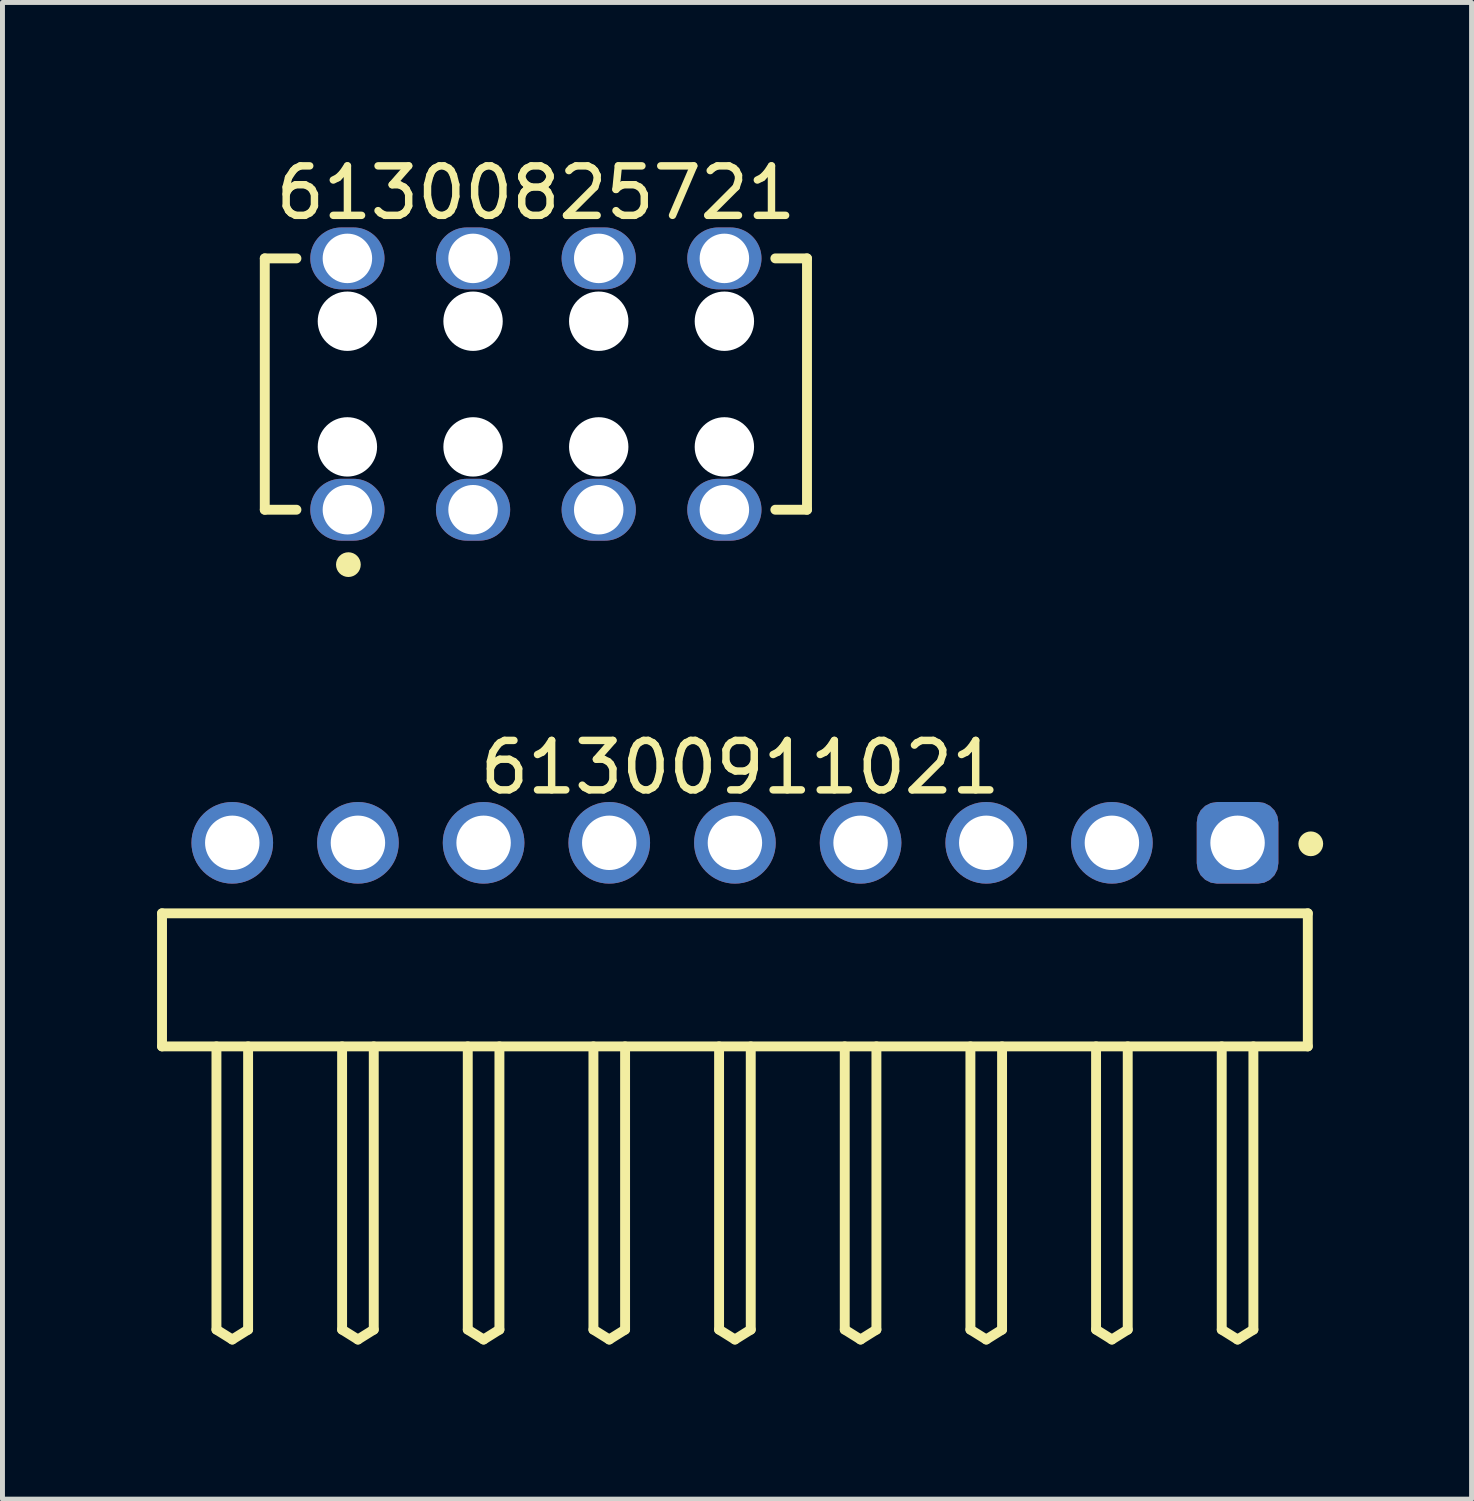
<source format=kicad_pcb>
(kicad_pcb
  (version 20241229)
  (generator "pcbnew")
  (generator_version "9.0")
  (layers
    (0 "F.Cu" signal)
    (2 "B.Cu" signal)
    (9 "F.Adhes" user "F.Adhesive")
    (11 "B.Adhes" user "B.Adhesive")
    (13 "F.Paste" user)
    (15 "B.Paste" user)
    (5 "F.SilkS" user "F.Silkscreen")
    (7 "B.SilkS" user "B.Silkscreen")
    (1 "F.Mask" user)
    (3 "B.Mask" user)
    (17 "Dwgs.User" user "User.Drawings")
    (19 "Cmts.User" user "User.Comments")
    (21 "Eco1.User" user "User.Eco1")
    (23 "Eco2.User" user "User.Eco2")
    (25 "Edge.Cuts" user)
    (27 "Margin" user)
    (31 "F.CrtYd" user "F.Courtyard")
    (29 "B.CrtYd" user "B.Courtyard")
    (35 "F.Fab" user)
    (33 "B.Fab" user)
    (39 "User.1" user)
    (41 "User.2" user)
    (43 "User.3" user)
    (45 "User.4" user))
  (footprint "61300911021"
    (layer "F.Cu")
    (at 11.805 16.756)
    (property "Reference" "61300911021" (at 0.105 -4.295 0) (layer "F.SilkS") (effects (font (size 1 1) (thickness 0.15))))
    (fp_line (start -11.58 -1.345) (end 11.58 -1.345) (stroke (width 0.2) (type solid)) (layer "F.SilkS"))
    (fp_line (start -11.58 1.345) (end -11.58 -1.345) (stroke (width 0.2) (type solid)) (layer "F.SilkS"))
    (fp_line (start -11.58 1.345) (end 11.58 1.345) (stroke (width 0.2) (type solid)) (layer "F.SilkS"))
    (fp_line (start -10.48 7.07) (end -10.48 1.345) (stroke (width 0.2) (type solid)) (layer "F.SilkS"))
    (fp_line (start -10.48 7.07) (end -10.16 7.27) (stroke (width 0.2) (type solid)) (layer "F.SilkS"))
    (fp_line (start -10.16 7.27) (end -9.84 7.07) (stroke (width 0.2) (type solid)) (layer "F.SilkS"))
    (fp_line (start -9.84 7.07) (end -9.84 1.345) (stroke (width 0.2) (type solid)) (layer "F.SilkS"))
    (fp_line (start -7.94 7.07) (end -7.94 1.345) (stroke (width 0.2) (type solid)) (layer "F.SilkS"))
    (fp_line (start -7.94 7.07) (end -7.62 7.27) (stroke (width 0.2) (type solid)) (layer "F.SilkS"))
    (fp_line (start -7.62 7.27) (end -7.3 7.07) (stroke (width 0.2) (type solid)) (layer "F.SilkS"))
    (fp_line (start -7.3 7.07) (end -7.3 1.345) (stroke (width 0.2) (type solid)) (layer "F.SilkS"))
    (fp_line (start -5.4 7.07) (end -5.4 1.345) (stroke (width 0.2) (type solid)) (layer "F.SilkS"))
    (fp_line (start -5.4 7.07) (end -5.08 7.27) (stroke (width 0.2) (type solid)) (layer "F.SilkS"))
    (fp_line (start -5.08 7.27) (end -4.76 7.07) (stroke (width 0.2) (type solid)) (layer "F.SilkS"))
    (fp_line (start -4.76 7.07) (end -4.76 1.345) (stroke (width 0.2) (type solid)) (layer "F.SilkS"))
    (fp_line (start -2.86 7.07) (end -2.86 1.345) (stroke (width 0.2) (type solid)) (layer "F.SilkS"))
    (fp_line (start -2.86 7.07) (end -2.54 7.27) (stroke (width 0.2) (type solid)) (layer "F.SilkS"))
    (fp_line (start -2.54 7.27) (end -2.22 7.07) (stroke (width 0.2) (type solid)) (layer "F.SilkS"))
    (fp_line (start -2.22 7.07) (end -2.22 1.345) (stroke (width 0.2) (type solid)) (layer "F.SilkS"))
    (fp_line (start -0.32 7.07) (end -0.32 1.345) (stroke (width 0.2) (type solid)) (layer "F.SilkS"))
    (fp_line (start -0.32 7.07) (end 0 7.27) (stroke (width 0.2) (type solid)) (layer "F.SilkS"))
    (fp_line (start 0 7.27) (end 0.32 7.07) (stroke (width 0.2) (type solid)) (layer "F.SilkS"))
    (fp_line (start 0.32 7.07) (end 0.32 1.345) (stroke (width 0.2) (type solid)) (layer "F.SilkS"))
    (fp_line (start 2.22 7.07) (end 2.22 1.345) (stroke (width 0.2) (type solid)) (layer "F.SilkS"))
    (fp_line (start 2.22 7.07) (end 2.54 7.27) (stroke (width 0.2) (type solid)) (layer "F.SilkS"))
    (fp_line (start 2.54 7.27) (end 2.86 7.07) (stroke (width 0.2) (type solid)) (layer "F.SilkS"))
    (fp_line (start 2.86 7.07) (end 2.86 1.345) (stroke (width 0.2) (type solid)) (layer "F.SilkS"))
    (fp_line (start 4.76 7.07) (end 4.76 1.345) (stroke (width 0.2) (type solid)) (layer "F.SilkS"))
    (fp_line (start 4.76 7.07) (end 5.08 7.27) (stroke (width 0.2) (type solid)) (layer "F.SilkS"))
    (fp_line (start 5.08 7.27) (end 5.4 7.07) (stroke (width 0.2) (type solid)) (layer "F.SilkS"))
    (fp_line (start 5.4 7.07) (end 5.4 1.345) (stroke (width 0.2) (type solid)) (layer "F.SilkS"))
    (fp_line (start 7.3 7.07) (end 7.3 1.345) (stroke (width 0.2) (type solid)) (layer "F.SilkS"))
    (fp_line (start 7.3 7.07) (end 7.62 7.27) (stroke (width 0.2) (type solid)) (layer "F.SilkS"))
    (fp_line (start 7.62 7.27) (end 7.94 7.07) (stroke (width 0.2) (type solid)) (layer "F.SilkS"))
    (fp_line (start 7.94 7.07) (end 7.94 1.345) (stroke (width 0.2) (type solid)) (layer "F.SilkS"))
    (fp_line (start 9.84 7.07) (end 9.84 1.345) (stroke (width 0.2) (type solid)) (layer "F.SilkS"))
    (fp_line (start 9.84 7.07) (end 10.16 7.27) (stroke (width 0.2) (type solid)) (layer "F.SilkS"))
    (fp_line (start 10.16 7.27) (end 10.48 7.07) (stroke (width 0.2) (type solid)) (layer "F.SilkS"))
    (fp_line (start 10.48 7.07) (end 10.48 1.345) (stroke (width 0.2) (type solid)) (layer "F.SilkS"))
    (fp_line (start 11.58 1.345) (end 11.58 -1.345) (stroke (width 0.2) (type solid)) (layer "F.SilkS"))
    (fp_circle (center 11.64 -2.75) (end 11.64 -2.875) (stroke (width 0.25) (type solid)) (fill no) (layer "F.SilkS"))
    (fp_line (start -11.78 -3.795) (end 11.78 -3.795) (stroke (width 0.05) (type solid)) (layer "Eco2.User"))
    (fp_line (start -11.78 7.47) (end -11.78 -3.795) (stroke (width 0.05) (type solid)) (layer "Eco2.User"))
    (fp_line (start -11.78 7.47) (end 11.78 7.47) (stroke (width 0.05) (type solid)) (layer "Eco2.User"))
    (fp_line (start -11.43 -1.27) (end 11.43 -1.27) (stroke (width 0.1) (type solid)) (layer "Eco2.User"))
    (fp_line (start -11.43 1.27) (end -11.43 -1.27) (stroke (width 0.1) (type solid)) (layer "Eco2.User"))
    (fp_line (start -11.43 1.27) (end 11.43 1.27) (stroke (width 0.1) (type solid)) (layer "Eco2.User"))
    (fp_line (start -10.48 -3.09) (end -9.84 -3.09) (stroke (width 0.1) (type solid)) (layer "Eco2.User"))
    (fp_line (start -10.48 -1.27) (end -10.48 -3.09) (stroke (width 0.1) (type solid)) (layer "Eco2.User"))
    (fp_line (start -10.48 7.07) (end -10.48 1.27) (stroke (width 0.1) (type solid)) (layer "Eco2.User"))
    (fp_line (start -10.48 7.07) (end -10.16 7.27) (stroke (width 0.1) (type solid)) (layer "Eco2.User"))
    (fp_line (start -10.16 7.27) (end -9.84 7.07) (stroke (width 0.1) (type solid)) (layer "Eco2.User"))
    (fp_line (start -9.84 -1.27) (end -9.84 -3.09) (stroke (width 0.1) (type solid)) (layer "Eco2.User"))
    (fp_line (start -9.84 7.07) (end -9.84 1.27) (stroke (width 0.1) (type solid)) (layer "Eco2.User"))
    (fp_line (start -7.94 -3.09) (end -7.3 -3.09) (stroke (width 0.1) (type solid)) (layer "Eco2.User"))
    (fp_line (start -7.94 -1.27) (end -7.94 -3.09) (stroke (width 0.1) (type solid)) (layer "Eco2.User"))
    (fp_line (start -7.94 7.07) (end -7.94 1.27) (stroke (width 0.1) (type solid)) (layer "Eco2.User"))
    (fp_line (start -7.94 7.07) (end -7.62 7.27) (stroke (width 0.1) (type solid)) (layer "Eco2.User"))
    (fp_line (start -7.62 7.27) (end -7.3 7.07) (stroke (width 0.1) (type solid)) (layer "Eco2.User"))
    (fp_line (start -7.3 -1.27) (end -7.3 -3.09) (stroke (width 0.1) (type solid)) (layer "Eco2.User"))
    (fp_line (start -7.3 7.07) (end -7.3 1.27) (stroke (width 0.1) (type solid)) (layer "Eco2.User"))
    (fp_line (start -5.4 -3.09) (end -4.76 -3.09) (stroke (width 0.1) (type solid)) (layer "Eco2.User"))
    (fp_line (start -5.4 -1.27) (end -5.4 -3.09) (stroke (width 0.1) (type solid)) (layer "Eco2.User"))
    (fp_line (start -5.4 7.07) (end -5.4 1.27) (stroke (width 0.1) (type solid)) (layer "Eco2.User"))
    (fp_line (start -5.4 7.07) (end -5.08 7.27) (stroke (width 0.1) (type solid)) (layer "Eco2.User"))
    (fp_line (start -5.08 7.27) (end -4.76 7.07) (stroke (width 0.1) (type solid)) (layer "Eco2.User"))
    (fp_line (start -4.76 -1.27) (end -4.76 -3.09) (stroke (width 0.1) (type solid)) (layer "Eco2.User"))
    (fp_line (start -4.76 7.07) (end -4.76 1.27) (stroke (width 0.1) (type solid)) (layer "Eco2.User"))
    (fp_line (start -2.86 -3.09) (end -2.22 -3.09) (stroke (width 0.1) (type solid)) (layer "Eco2.User"))
    (fp_line (start -2.86 -1.27) (end -2.86 -3.09) (stroke (width 0.1) (type solid)) (layer "Eco2.User"))
    (fp_line (start -2.86 7.07) (end -2.86 1.27) (stroke (width 0.1) (type solid)) (layer "Eco2.User"))
    (fp_line (start -2.86 7.07) (end -2.54 7.27) (stroke (width 0.1) (type solid)) (layer "Eco2.User"))
    (fp_line (start -2.54 7.27) (end -2.22 7.07) (stroke (width 0.1) (type solid)) (layer "Eco2.User"))
    (fp_line (start -2.22 -1.27) (end -2.22 -3.09) (stroke (width 0.1) (type solid)) (layer "Eco2.User"))
    (fp_line (start -2.22 7.07) (end -2.22 1.27) (stroke (width 0.1) (type solid)) (layer "Eco2.User"))
    (fp_line (start -0.5 0) (end 0.5 0) (stroke (width 0.05) (type solid)) (layer "Eco2.User"))
    (fp_line (start -0.32 -3.09) (end 0.32 -3.09) (stroke (width 0.1) (type solid)) (layer "Eco2.User"))
    (fp_line (start -0.32 -1.27) (end -0.32 -3.09) (stroke (width 0.1) (type solid)) (layer "Eco2.User"))
    (fp_line (start -0.32 7.07) (end -0.32 1.27) (stroke (width 0.1) (type solid)) (layer "Eco2.User"))
    (fp_line (start -0.32 7.07) (end 0 7.27) (stroke (width 0.1) (type solid)) (layer "Eco2.User"))
    (fp_line (start 0 0.5) (end 0 -0.5) (stroke (width 0.05) (type solid)) (layer "Eco2.User"))
    (fp_line (start 0 7.27) (end 0.32 7.07) (stroke (width 0.1) (type solid)) (layer "Eco2.User"))
    (fp_line (start 0.32 -1.27) (end 0.32 -3.09) (stroke (width 0.1) (type solid)) (layer "Eco2.User"))
    (fp_line (start 0.32 7.07) (end 0.32 1.27) (stroke (width 0.1) (type solid)) (layer "Eco2.User"))
    (fp_line (start 2.22 -3.09) (end 2.86 -3.09) (stroke (width 0.1) (type solid)) (layer "Eco2.User"))
    (fp_line (start 2.22 -1.27) (end 2.22 -3.09) (stroke (width 0.1) (type solid)) (layer "Eco2.User"))
    (fp_line (start 2.22 7.07) (end 2.22 1.27) (stroke (width 0.1) (type solid)) (layer "Eco2.User"))
    (fp_line (start 2.22 7.07) (end 2.54 7.27) (stroke (width 0.1) (type solid)) (layer "Eco2.User"))
    (fp_line (start 2.54 7.27) (end 2.86 7.07) (stroke (width 0.1) (type solid)) (layer "Eco2.User"))
    (fp_line (start 2.86 -1.27) (end 2.86 -3.09) (stroke (width 0.1) (type solid)) (layer "Eco2.User"))
    (fp_line (start 2.86 7.07) (end 2.86 1.27) (stroke (width 0.1) (type solid)) (layer "Eco2.User"))
    (fp_line (start 4.76 -3.09) (end 5.4 -3.09) (stroke (width 0.1) (type solid)) (layer "Eco2.User"))
    (fp_line (start 4.76 -1.27) (end 4.76 -3.09) (stroke (width 0.1) (type solid)) (layer "Eco2.User"))
    (fp_line (start 4.76 7.07) (end 4.76 1.27) (stroke (width 0.1) (type solid)) (layer "Eco2.User"))
    (fp_line (start 4.76 7.07) (end 5.08 7.27) (stroke (width 0.1) (type solid)) (layer "Eco2.User"))
    (fp_line (start 5.08 7.27) (end 5.4 7.07) (stroke (width 0.1) (type solid)) (layer "Eco2.User"))
    (fp_line (start 5.4 -1.27) (end 5.4 -3.09) (stroke (width 0.1) (type solid)) (layer "Eco2.User"))
    (fp_line (start 5.4 7.07) (end 5.4 1.27) (stroke (width 0.1) (type solid)) (layer "Eco2.User"))
    (fp_line (start 7.3 -3.09) (end 7.94 -3.09) (stroke (width 0.1) (type solid)) (layer "Eco2.User"))
    (fp_line (start 7.3 -1.27) (end 7.3 -3.09) (stroke (width 0.1) (type solid)) (layer "Eco2.User"))
    (fp_line (start 7.3 7.07) (end 7.3 1.27) (stroke (width 0.1) (type solid)) (layer "Eco2.User"))
    (fp_line (start 7.3 7.07) (end 7.62 7.27) (stroke (width 0.1) (type solid)) (layer "Eco2.User"))
    (fp_line (start 7.62 7.27) (end 7.94 7.07) (stroke (width 0.1) (type solid)) (layer "Eco2.User"))
    (fp_line (start 7.94 -1.27) (end 7.94 -3.09) (stroke (width 0.1) (type solid)) (layer "Eco2.User"))
    (fp_line (start 7.94 7.07) (end 7.94 1.27) (stroke (width 0.1) (type solid)) (layer "Eco2.User"))
    (fp_line (start 9.84 -3.09) (end 10.48 -3.09) (stroke (width 0.1) (type solid)) (layer "Eco2.User"))
    (fp_line (start 9.84 -1.27) (end 9.84 -3.09) (stroke (width 0.1) (type solid)) (layer "Eco2.User"))
    (fp_line (start 9.84 7.07) (end 9.84 1.27) (stroke (width 0.1) (type solid)) (layer "Eco2.User"))
    (fp_line (start 9.84 7.07) (end 10.16 7.27) (stroke (width 0.1) (type solid)) (layer "Eco2.User"))
    (fp_line (start 10.16 7.27) (end 10.48 7.07) (stroke (width 0.1) (type solid)) (layer "Eco2.User"))
    (fp_line (start 10.48 -1.27) (end 10.48 -3.09) (stroke (width 0.1) (type solid)) (layer "Eco2.User"))
    (fp_line (start 10.48 7.07) (end 10.48 1.27) (stroke (width 0.1) (type solid)) (layer "Eco2.User"))
    (fp_line (start 11.43 1.27) (end 11.43 -1.27) (stroke (width 0.1) (type solid)) (layer "Eco2.User"))
    (fp_line (start 11.78 7.47) (end 11.78 -3.795) (stroke (width 0.05) (type solid)) (layer "Eco2.User"))
    (fp_text user "${REFERENCE}" (at 0.15 -0.197 0) (unlocked yes) (layer "User.3") (effects (font (size 1.5 1.5) (thickness 0.15))))
    (pad "1" thru_hole roundrect (at 10.16 -2.77) (size 1.65 1.65) (drill 1.1) (layers "*.Cu" "*.Mask") (roundrect_rratio 0.25))
    (pad "2" thru_hole circle (at 7.62 -2.77) (size 1.65 1.65) (drill 1.1) (layers "*.Cu" "*.Mask"))
    (pad "3" thru_hole circle (at 5.08 -2.77) (size 1.65 1.65) (drill 1.1) (layers "*.Cu" "*.Mask"))
    (pad "4" thru_hole circle (at 2.54 -2.77) (size 1.65 1.65) (drill 1.1) (layers "*.Cu" "*.Mask"))
    (pad "5" thru_hole circle (at 0 -2.77) (size 1.65 1.65) (drill 1.1) (layers "*.Cu" "*.Mask"))
    (pad "6" thru_hole circle (at -2.54 -2.77) (size 1.65 1.65) (drill 1.1) (layers "*.Cu" "*.Mask"))
    (pad "7" thru_hole circle (at -5.08 -2.77) (size 1.65 1.65) (drill 1.1) (layers "*.Cu" "*.Mask"))
    (pad "8" thru_hole circle (at -7.62 -2.77) (size 1.65 1.65) (drill 1.1) (layers "*.Cu" "*.Mask"))
    (pad "9" thru_hole circle (at -10.16 -2.77) (size 1.65 1.65) (drill 1.1) (layers "*.Cu" "*.Mask")))
  (footprint "61300825721"
    (layer "F.Cu")
    (at 7.782 4.713)
    (property "Reference" "61300825721" (at 0 -3.865 0) (layer "F.SilkS") (effects (font (size 1 1) (thickness 0.15))))
    (fp_line (start -5.48 -2.54) (end -4.84 -2.54) (stroke (width 0.2) (type solid)) (layer "F.SilkS"))
    (fp_line (start -5.48 2.54) (end -5.48 -2.54) (stroke (width 0.2) (type solid)) (layer "F.SilkS"))
    (fp_line (start -5.48 2.54) (end -4.84 2.54) (stroke (width 0.2) (type solid)) (layer "F.SilkS"))
    (fp_line (start 4.84 -2.54) (end 5.48 -2.54) (stroke (width 0.2) (type solid)) (layer "F.SilkS"))
    (fp_line (start 4.84 2.54) (end 5.48 2.54) (stroke (width 0.2) (type solid)) (layer "F.SilkS"))
    (fp_line (start 5.48 2.54) (end 5.48 -2.54) (stroke (width 0.2) (type solid)) (layer "F.SilkS"))
    (fp_circle (center -3.79 3.65) (end -3.79 3.525) (stroke (width 0.25) (type solid)) (fill no) (layer "F.SilkS"))
    (fp_line (start -5.68 -3.365) (end 5.68 -3.365) (stroke (width 0.05) (type solid)) (layer "Eco2.User"))
    (fp_line (start -5.68 3.365) (end -5.68 -3.365) (stroke (width 0.05) (type solid)) (layer "Eco2.User"))
    (fp_line (start -5.68 3.365) (end 5.68 3.365) (stroke (width 0.05) (type solid)) (layer "Eco2.User"))
    (fp_line (start -5.38 -2.54) (end 5.38 -2.54) (stroke (width 0.1) (type solid)) (layer "Eco2.User"))
    (fp_line (start -5.38 2.54) (end -5.38 -2.54) (stroke (width 0.1) (type solid)) (layer "Eco2.User"))
    (fp_line (start -5.38 2.54) (end 5.38 2.54) (stroke (width 0.1) (type solid)) (layer "Eco2.User"))
    (fp_line (start -0.5 0) (end 0.5 0) (stroke (width 0.05) (type solid)) (layer "Eco2.User"))
    (fp_line (start 0 0.5) (end 0 -0.5) (stroke (width 0.05) (type solid)) (layer "Eco2.User"))
    (fp_line (start 5.38 2.54) (end 5.38 -2.54) (stroke (width 0.1) (type solid)) (layer "Eco2.User"))
    (fp_line (start 5.68 3.365) (end 5.68 -3.365) (stroke (width 0.05) (type solid)) (layer "Eco2.User"))
    (fp_text user "${REFERENCE}" (at 0.15 -0.197 0) (unlocked yes) (layer "User.3") (effects (font (size 1.5 1.5) (thickness 0.15))))
    (pad "" np_thru_hole circle (at -3.81 -1.27) (size 1.2 1.2) (drill 1.2) (layers "*.Cu" "*.Mask"))
    (pad "" np_thru_hole circle (at -3.81 1.27) (size 1.2 1.2) (drill 1.2) (layers "*.Cu" "*.Mask"))
    (pad "" np_thru_hole circle (at -1.27 -1.27) (size 1.2 1.2) (drill 1.2) (layers "*.Cu" "*.Mask"))
    (pad "" np_thru_hole circle (at -1.27 1.27) (size 1.2 1.2) (drill 1.2) (layers "*.Cu" "*.Mask"))
    (pad "" np_thru_hole circle (at 1.27 -1.27) (size 1.2 1.2) (drill 1.2) (layers "*.Cu" "*.Mask"))
    (pad "" np_thru_hole circle (at 1.27 1.27) (size 1.2 1.2) (drill 1.2) (layers "*.Cu" "*.Mask"))
    (pad "" np_thru_hole circle (at 3.81 -1.27) (size 1.2 1.2) (drill 1.2) (layers "*.Cu" "*.Mask"))
    (pad "" np_thru_hole circle (at 3.81 1.27) (size 1.2 1.2) (drill 1.2) (layers "*.Cu" "*.Mask"))
    (pad "1" thru_hole oval (at -3.81 2.54) (size 1.5 1.25) (drill 1) (layers "*.Cu" "*.Mask"))
    (pad "2" thru_hole oval (at -3.81 -2.54) (size 1.5 1.25) (drill 1) (layers "*.Cu" "*.Mask"))
    (pad "3" thru_hole oval (at -1.27 2.54) (size 1.5 1.25) (drill 1) (layers "*.Cu" "*.Mask"))
    (pad "4" thru_hole oval (at -1.27 -2.54) (size 1.5 1.25) (drill 1) (layers "*.Cu" "*.Mask"))
    (pad "5" thru_hole oval (at 1.27 2.54) (size 1.5 1.25) (drill 1) (layers "*.Cu" "*.Mask"))
    (pad "6" thru_hole oval (at 1.27 -2.54) (size 1.5 1.25) (drill 1) (layers "*.Cu" "*.Mask"))
    (pad "7" thru_hole oval (at 3.81 2.54) (size 1.5 1.25) (drill 1) (layers "*.Cu" "*.Mask"))
    (pad "8" thru_hole oval (at 3.81 -2.54) (size 1.5 1.25) (drill 1) (layers "*.Cu" "*.Mask")))
  (gr_rect
    (start -3 -3)
    (end 26.695 27.252)
    (stroke (width 0.1) (type default))
    (fill no)
    (layer "Edge.Cuts")))
</source>
